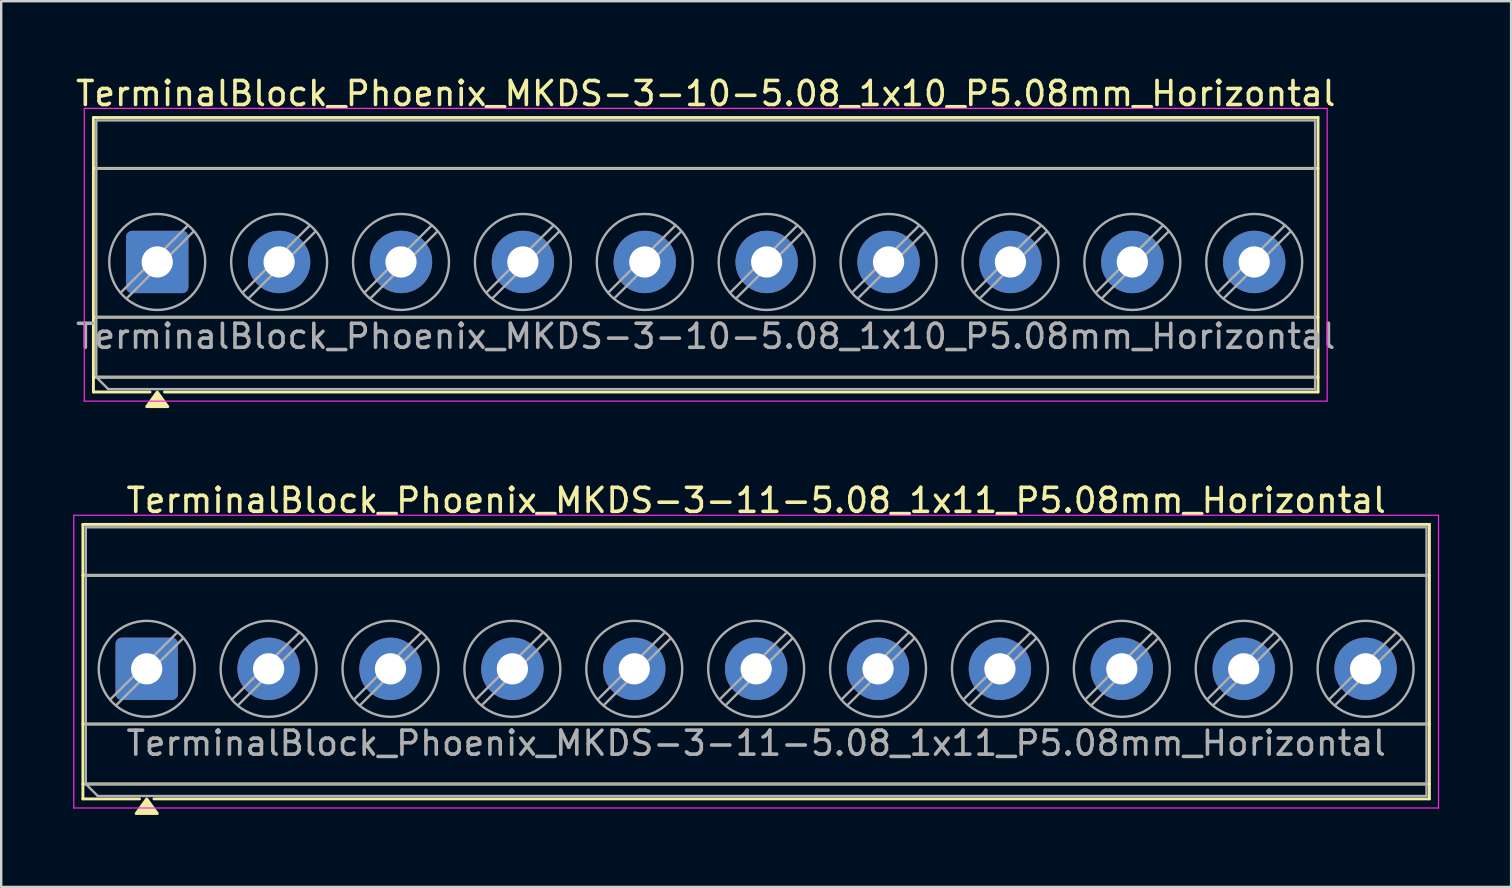
<source format=kicad_pcb>
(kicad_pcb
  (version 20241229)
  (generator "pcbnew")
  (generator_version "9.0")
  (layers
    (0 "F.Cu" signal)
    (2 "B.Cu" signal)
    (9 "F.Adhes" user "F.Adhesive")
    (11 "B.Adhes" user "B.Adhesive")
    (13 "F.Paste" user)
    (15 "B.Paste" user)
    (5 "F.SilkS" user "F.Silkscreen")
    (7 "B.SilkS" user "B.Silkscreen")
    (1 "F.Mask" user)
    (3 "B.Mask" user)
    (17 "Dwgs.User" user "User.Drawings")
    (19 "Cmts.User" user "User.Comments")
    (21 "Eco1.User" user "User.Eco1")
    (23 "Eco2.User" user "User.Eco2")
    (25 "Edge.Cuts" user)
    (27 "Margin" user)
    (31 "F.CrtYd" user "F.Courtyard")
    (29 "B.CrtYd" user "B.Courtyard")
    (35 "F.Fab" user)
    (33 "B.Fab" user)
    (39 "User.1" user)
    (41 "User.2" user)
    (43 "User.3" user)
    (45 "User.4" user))
  (footprint "TerminalBlock_Phoenix_MKDS-3-11-5.08_1x11_P5.08mm_Horizontal"
    (layer "F.Cu")
    (at 3.065 24.826)
    (property "Reference" "TerminalBlock_Phoenix_MKDS-3-11-5.08_1x11_P5.08mm_Horizontal" (at 25.4 -7.02 0) (layer "F.SilkS") (effects (font (size 1 1) (thickness 0.15))))
    (attr through_hole)
    (fp_line (start -2.66 -6.02) (end -2.66 5.42) (stroke (width 0.12) (type solid)) (layer "F.SilkS"))
    (fp_line (start -2.66 -6.02) (end 53.46 -6.02) (stroke (width 0.12) (type solid)) (layer "F.SilkS"))
    (fp_line (start -2.66 -3.9) (end 53.46 -3.9) (stroke (width 0.12) (type solid)) (layer "F.SilkS"))
    (fp_line (start -2.66 2.3) (end 53.46 2.3) (stroke (width 0.12) (type solid)) (layer "F.SilkS"))
    (fp_line (start -2.66 4.8) (end 53.46 4.8) (stroke (width 0.12) (type solid)) (layer "F.SilkS"))
    (fp_line (start -2.66 5.42) (end -0.3 5.42) (stroke (width 0.12) (type solid)) (layer "F.SilkS"))
    (fp_line (start 0.3 5.42) (end 53.46 5.42) (stroke (width 0.12) (type solid)) (layer "F.SilkS"))
    (fp_line (start 53.46 -6.02) (end 53.46 5.42) (stroke (width 0.12) (type solid)) (layer "F.SilkS"))
    (fp_poly (pts (xy 0 5.42) (xy 0.44 6.03) (xy -0.44 6.03)) (stroke (width 0.12) (type solid)) (fill yes) (layer "F.SilkS"))
    (fp_line (start -3.04 -6.4) (end -3.04 5.8) (stroke (width 0.05) (type solid)) (layer "F.CrtYd"))
    (fp_line (start -3.04 5.8) (end 53.84 5.8) (stroke (width 0.05) (type solid)) (layer "F.CrtYd"))
    (fp_line (start 53.84 -6.4) (end -3.04 -6.4) (stroke (width 0.05) (type solid)) (layer "F.CrtYd"))
    (fp_line (start 53.84 5.8) (end 53.84 -6.4) (stroke (width 0.05) (type solid)) (layer "F.CrtYd"))
    (fp_line (start -2.54 -5.9) (end 53.34 -5.9) (stroke (width 0.1) (type solid)) (layer "F.Fab"))
    (fp_line (start -2.54 -3.9) (end 53.34 -3.9) (stroke (width 0.1) (type solid)) (layer "F.Fab"))
    (fp_line (start -2.54 2.3) (end 53.34 2.3) (stroke (width 0.1) (type solid)) (layer "F.Fab"))
    (fp_line (start -2.54 4.8) (end -2.54 -5.9) (stroke (width 0.1) (type solid)) (layer "F.Fab"))
    (fp_line (start -2.54 4.8) (end 53.34 4.8) (stroke (width 0.1) (type solid)) (layer "F.Fab"))
    (fp_line (start -2.04 5.3) (end -2.54 4.8) (stroke (width 0.1) (type solid)) (layer "F.Fab"))
    (fp_line (start 1.273 -1.517) (end -1.517 1.273) (stroke (width 0.1) (type solid)) (layer "F.Fab"))
    (fp_line (start 1.517 -1.273) (end -1.273 1.517) (stroke (width 0.1) (type solid)) (layer "F.Fab"))
    (fp_line (start 6.353 -1.517) (end 3.563 1.273) (stroke (width 0.1) (type solid)) (layer "F.Fab"))
    (fp_line (start 6.597 -1.273) (end 3.807 1.517) (stroke (width 0.1) (type solid)) (layer "F.Fab"))
    (fp_line (start 11.433 -1.517) (end 8.643 1.273) (stroke (width 0.1) (type solid)) (layer "F.Fab"))
    (fp_line (start 11.677 -1.273) (end 8.887 1.517) (stroke (width 0.1) (type solid)) (layer "F.Fab"))
    (fp_line (start 16.513 -1.517) (end 13.723 1.273) (stroke (width 0.1) (type solid)) (layer "F.Fab"))
    (fp_line (start 16.757 -1.273) (end 13.967 1.517) (stroke (width 0.1) (type solid)) (layer "F.Fab"))
    (fp_line (start 21.593 -1.517) (end 18.803 1.273) (stroke (width 0.1) (type solid)) (layer "F.Fab"))
    (fp_line (start 21.837 -1.273) (end 19.047 1.517) (stroke (width 0.1) (type solid)) (layer "F.Fab"))
    (fp_line (start 26.673 -1.517) (end 23.883 1.273) (stroke (width 0.1) (type solid)) (layer "F.Fab"))
    (fp_line (start 26.917 -1.273) (end 24.127 1.517) (stroke (width 0.1) (type solid)) (layer "F.Fab"))
    (fp_line (start 31.753 -1.517) (end 28.963 1.273) (stroke (width 0.1) (type solid)) (layer "F.Fab"))
    (fp_line (start 31.997 -1.273) (end 29.207 1.517) (stroke (width 0.1) (type solid)) (layer "F.Fab"))
    (fp_line (start 36.833 -1.517) (end 34.043 1.273) (stroke (width 0.1) (type solid)) (layer "F.Fab"))
    (fp_line (start 37.077 -1.273) (end 34.287 1.517) (stroke (width 0.1) (type solid)) (layer "F.Fab"))
    (fp_line (start 41.913 -1.517) (end 39.123 1.273) (stroke (width 0.1) (type solid)) (layer "F.Fab"))
    (fp_line (start 42.157 -1.273) (end 39.367 1.517) (stroke (width 0.1) (type solid)) (layer "F.Fab"))
    (fp_line (start 46.993 -1.517) (end 44.203 1.273) (stroke (width 0.1) (type solid)) (layer "F.Fab"))
    (fp_line (start 47.237 -1.273) (end 44.447 1.517) (stroke (width 0.1) (type solid)) (layer "F.Fab"))
    (fp_line (start 52.073 -1.517) (end 49.283 1.273) (stroke (width 0.1) (type solid)) (layer "F.Fab"))
    (fp_line (start 52.317 -1.273) (end 49.527 1.517) (stroke (width 0.1) (type solid)) (layer "F.Fab"))
    (fp_line (start 53.34 -5.9) (end 53.34 5.3) (stroke (width 0.1) (type solid)) (layer "F.Fab"))
    (fp_line (start 53.34 5.3) (end -2.04 5.3) (stroke (width 0.1) (type solid)) (layer "F.Fab"))
    (fp_circle (center 0 0) (end 2 0) (stroke (width 0.1) (type solid)) (fill no) (layer "F.Fab"))
    (fp_circle (center 5.08 0) (end 7.08 0) (stroke (width 0.1) (type solid)) (fill no) (layer "F.Fab"))
    (fp_circle (center 10.16 0) (end 12.16 0) (stroke (width 0.1) (type solid)) (fill no) (layer "F.Fab"))
    (fp_circle (center 15.24 0) (end 17.24 0) (stroke (width 0.1) (type solid)) (fill no) (layer "F.Fab"))
    (fp_circle (center 20.32 0) (end 22.32 0) (stroke (width 0.1) (type solid)) (fill no) (layer "F.Fab"))
    (fp_circle (center 25.4 0) (end 27.4 0) (stroke (width 0.1) (type solid)) (fill no) (layer "F.Fab"))
    (fp_circle (center 30.48 0) (end 32.48 0) (stroke (width 0.1) (type solid)) (fill no) (layer "F.Fab"))
    (fp_circle (center 35.56 0) (end 37.56 0) (stroke (width 0.1) (type solid)) (fill no) (layer "F.Fab"))
    (fp_circle (center 40.64 0) (end 42.64 0) (stroke (width 0.1) (type solid)) (fill no) (layer "F.Fab"))
    (fp_circle (center 45.72 0) (end 47.72 0) (stroke (width 0.1) (type solid)) (fill no) (layer "F.Fab"))
    (fp_circle (center 50.8 0) (end 52.8 0) (stroke (width 0.1) (type solid)) (fill no) (layer "F.Fab"))
    (fp_text user "${REFERENCE}" (at 25.4 3.1 0) (layer "F.Fab") (effects (font (size 1 1) (thickness 0.15))))
    (pad "1" thru_hole roundrect (at 0 0) (size 2.6 2.6) (drill 1.3) (layers "*.Cu" "*.Mask") (roundrect_rratio 0.096))
    (pad "2" thru_hole circle (at 5.08 0) (size 2.6 2.6) (drill 1.3) (layers "*.Cu" "*.Mask"))
    (pad "3" thru_hole circle (at 10.16 0) (size 2.6 2.6) (drill 1.3) (layers "*.Cu" "*.Mask"))
    (pad "4" thru_hole circle (at 15.24 0) (size 2.6 2.6) (drill 1.3) (layers "*.Cu" "*.Mask"))
    (pad "5" thru_hole circle (at 20.32 0) (size 2.6 2.6) (drill 1.3) (layers "*.Cu" "*.Mask"))
    (pad "6" thru_hole circle (at 25.4 0) (size 2.6 2.6) (drill 1.3) (layers "*.Cu" "*.Mask"))
    (pad "7" thru_hole circle (at 30.48 0) (size 2.6 2.6) (drill 1.3) (layers "*.Cu" "*.Mask"))
    (pad "8" thru_hole circle (at 35.56 0) (size 2.6 2.6) (drill 1.3) (layers "*.Cu" "*.Mask"))
    (pad "9" thru_hole circle (at 40.64 0) (size 2.6 2.6) (drill 1.3) (layers "*.Cu" "*.Mask"))
    (pad "10" thru_hole circle (at 45.72 0) (size 2.6 2.6) (drill 1.3) (layers "*.Cu" "*.Mask"))
    (pad "11" thru_hole circle (at 50.8 0) (size 2.6 2.6) (drill 1.3) (layers "*.Cu" "*.Mask")))
  (footprint "TerminalBlock_Phoenix_MKDS-3-10-5.08_1x10_P5.08mm_Horizontal"
    (layer "F.Cu")
    (at 3.503 7.868)
    (property "Reference" "TerminalBlock_Phoenix_MKDS-3-10-5.08_1x10_P5.08mm_Horizontal" (at 22.86 -7.02 0) (layer "F.SilkS") (effects (font (size 1 1) (thickness 0.15))))
    (attr through_hole)
    (fp_line (start -2.66 -6.02) (end -2.66 5.42) (stroke (width 0.12) (type solid)) (layer "F.SilkS"))
    (fp_line (start -2.66 -6.02) (end 48.38 -6.02) (stroke (width 0.12) (type solid)) (layer "F.SilkS"))
    (fp_line (start -2.66 -3.9) (end 48.38 -3.9) (stroke (width 0.12) (type solid)) (layer "F.SilkS"))
    (fp_line (start -2.66 2.3) (end 48.38 2.3) (stroke (width 0.12) (type solid)) (layer "F.SilkS"))
    (fp_line (start -2.66 4.8) (end 48.38 4.8) (stroke (width 0.12) (type solid)) (layer "F.SilkS"))
    (fp_line (start -2.66 5.42) (end -0.3 5.42) (stroke (width 0.12) (type solid)) (layer "F.SilkS"))
    (fp_line (start 0.3 5.42) (end 48.38 5.42) (stroke (width 0.12) (type solid)) (layer "F.SilkS"))
    (fp_line (start 48.38 -6.02) (end 48.38 5.42) (stroke (width 0.12) (type solid)) (layer "F.SilkS"))
    (fp_poly (pts (xy 0 5.42) (xy 0.44 6.03) (xy -0.44 6.03)) (stroke (width 0.12) (type solid)) (fill yes) (layer "F.SilkS"))
    (fp_line (start -3.04 -6.4) (end -3.04 5.8) (stroke (width 0.05) (type solid)) (layer "F.CrtYd"))
    (fp_line (start -3.04 5.8) (end 48.76 5.8) (stroke (width 0.05) (type solid)) (layer "F.CrtYd"))
    (fp_line (start 48.76 -6.4) (end -3.04 -6.4) (stroke (width 0.05) (type solid)) (layer "F.CrtYd"))
    (fp_line (start 48.76 5.8) (end 48.76 -6.4) (stroke (width 0.05) (type solid)) (layer "F.CrtYd"))
    (fp_line (start -2.54 -5.9) (end 48.26 -5.9) (stroke (width 0.1) (type solid)) (layer "F.Fab"))
    (fp_line (start -2.54 -3.9) (end 48.26 -3.9) (stroke (width 0.1) (type solid)) (layer "F.Fab"))
    (fp_line (start -2.54 2.3) (end 48.26 2.3) (stroke (width 0.1) (type solid)) (layer "F.Fab"))
    (fp_line (start -2.54 4.8) (end -2.54 -5.9) (stroke (width 0.1) (type solid)) (layer "F.Fab"))
    (fp_line (start -2.54 4.8) (end 48.26 4.8) (stroke (width 0.1) (type solid)) (layer "F.Fab"))
    (fp_line (start -2.04 5.3) (end -2.54 4.8) (stroke (width 0.1) (type solid)) (layer "F.Fab"))
    (fp_line (start 1.273 -1.517) (end -1.517 1.273) (stroke (width 0.1) (type solid)) (layer "F.Fab"))
    (fp_line (start 1.517 -1.273) (end -1.273 1.517) (stroke (width 0.1) (type solid)) (layer "F.Fab"))
    (fp_line (start 6.353 -1.517) (end 3.563 1.273) (stroke (width 0.1) (type solid)) (layer "F.Fab"))
    (fp_line (start 6.597 -1.273) (end 3.807 1.517) (stroke (width 0.1) (type solid)) (layer "F.Fab"))
    (fp_line (start 11.433 -1.517) (end 8.643 1.273) (stroke (width 0.1) (type solid)) (layer "F.Fab"))
    (fp_line (start 11.677 -1.273) (end 8.887 1.517) (stroke (width 0.1) (type solid)) (layer "F.Fab"))
    (fp_line (start 16.513 -1.517) (end 13.723 1.273) (stroke (width 0.1) (type solid)) (layer "F.Fab"))
    (fp_line (start 16.757 -1.273) (end 13.967 1.517) (stroke (width 0.1) (type solid)) (layer "F.Fab"))
    (fp_line (start 21.593 -1.517) (end 18.803 1.273) (stroke (width 0.1) (type solid)) (layer "F.Fab"))
    (fp_line (start 21.837 -1.273) (end 19.047 1.517) (stroke (width 0.1) (type solid)) (layer "F.Fab"))
    (fp_line (start 26.673 -1.517) (end 23.883 1.273) (stroke (width 0.1) (type solid)) (layer "F.Fab"))
    (fp_line (start 26.917 -1.273) (end 24.127 1.517) (stroke (width 0.1) (type solid)) (layer "F.Fab"))
    (fp_line (start 31.753 -1.517) (end 28.963 1.273) (stroke (width 0.1) (type solid)) (layer "F.Fab"))
    (fp_line (start 31.997 -1.273) (end 29.207 1.517) (stroke (width 0.1) (type solid)) (layer "F.Fab"))
    (fp_line (start 36.833 -1.517) (end 34.043 1.273) (stroke (width 0.1) (type solid)) (layer "F.Fab"))
    (fp_line (start 37.077 -1.273) (end 34.287 1.517) (stroke (width 0.1) (type solid)) (layer "F.Fab"))
    (fp_line (start 41.913 -1.517) (end 39.123 1.273) (stroke (width 0.1) (type solid)) (layer "F.Fab"))
    (fp_line (start 42.157 -1.273) (end 39.367 1.517) (stroke (width 0.1) (type solid)) (layer "F.Fab"))
    (fp_line (start 46.993 -1.517) (end 44.203 1.273) (stroke (width 0.1) (type solid)) (layer "F.Fab"))
    (fp_line (start 47.237 -1.273) (end 44.447 1.517) (stroke (width 0.1) (type solid)) (layer "F.Fab"))
    (fp_line (start 48.26 -5.9) (end 48.26 5.3) (stroke (width 0.1) (type solid)) (layer "F.Fab"))
    (fp_line (start 48.26 5.3) (end -2.04 5.3) (stroke (width 0.1) (type solid)) (layer "F.Fab"))
    (fp_circle (center 0 0) (end 2 0) (stroke (width 0.1) (type solid)) (fill no) (layer "F.Fab"))
    (fp_circle (center 5.08 0) (end 7.08 0) (stroke (width 0.1) (type solid)) (fill no) (layer "F.Fab"))
    (fp_circle (center 10.16 0) (end 12.16 0) (stroke (width 0.1) (type solid)) (fill no) (layer "F.Fab"))
    (fp_circle (center 15.24 0) (end 17.24 0) (stroke (width 0.1) (type solid)) (fill no) (layer "F.Fab"))
    (fp_circle (center 20.32 0) (end 22.32 0) (stroke (width 0.1) (type solid)) (fill no) (layer "F.Fab"))
    (fp_circle (center 25.4 0) (end 27.4 0) (stroke (width 0.1) (type solid)) (fill no) (layer "F.Fab"))
    (fp_circle (center 30.48 0) (end 32.48 0) (stroke (width 0.1) (type solid)) (fill no) (layer "F.Fab"))
    (fp_circle (center 35.56 0) (end 37.56 0) (stroke (width 0.1) (type solid)) (fill no) (layer "F.Fab"))
    (fp_circle (center 40.64 0) (end 42.64 0) (stroke (width 0.1) (type solid)) (fill no) (layer "F.Fab"))
    (fp_circle (center 45.72 0) (end 47.72 0) (stroke (width 0.1) (type solid)) (fill no) (layer "F.Fab"))
    (fp_text user "${REFERENCE}" (at 22.86 3.1 0) (layer "F.Fab") (effects (font (size 1 1) (thickness 0.15))))
    (pad "1" thru_hole roundrect (at 0 0) (size 2.6 2.6) (drill 1.3) (layers "*.Cu" "*.Mask") (roundrect_rratio 0.096))
    (pad "2" thru_hole circle (at 5.08 0) (size 2.6 2.6) (drill 1.3) (layers "*.Cu" "*.Mask"))
    (pad "3" thru_hole circle (at 10.16 0) (size 2.6 2.6) (drill 1.3) (layers "*.Cu" "*.Mask"))
    (pad "4" thru_hole circle (at 15.24 0) (size 2.6 2.6) (drill 1.3) (layers "*.Cu" "*.Mask"))
    (pad "5" thru_hole circle (at 20.32 0) (size 2.6 2.6) (drill 1.3) (layers "*.Cu" "*.Mask"))
    (pad "6" thru_hole circle (at 25.4 0) (size 2.6 2.6) (drill 1.3) (layers "*.Cu" "*.Mask"))
    (pad "7" thru_hole circle (at 30.48 0) (size 2.6 2.6) (drill 1.3) (layers "*.Cu" "*.Mask"))
    (pad "8" thru_hole circle (at 35.56 0) (size 2.6 2.6) (drill 1.3) (layers "*.Cu" "*.Mask"))
    (pad "9" thru_hole circle (at 40.64 0) (size 2.6 2.6) (drill 1.3) (layers "*.Cu" "*.Mask"))
    (pad "10" thru_hole circle (at 45.72 0) (size 2.6 2.6) (drill 1.3) (layers "*.Cu" "*.Mask")))
  (gr_rect
    (start -3 -3)
    (end 59.93 33.916)
    (stroke (width 0.1) (type default))
    (fill no)
    (layer "Edge.Cuts")))
</source>
